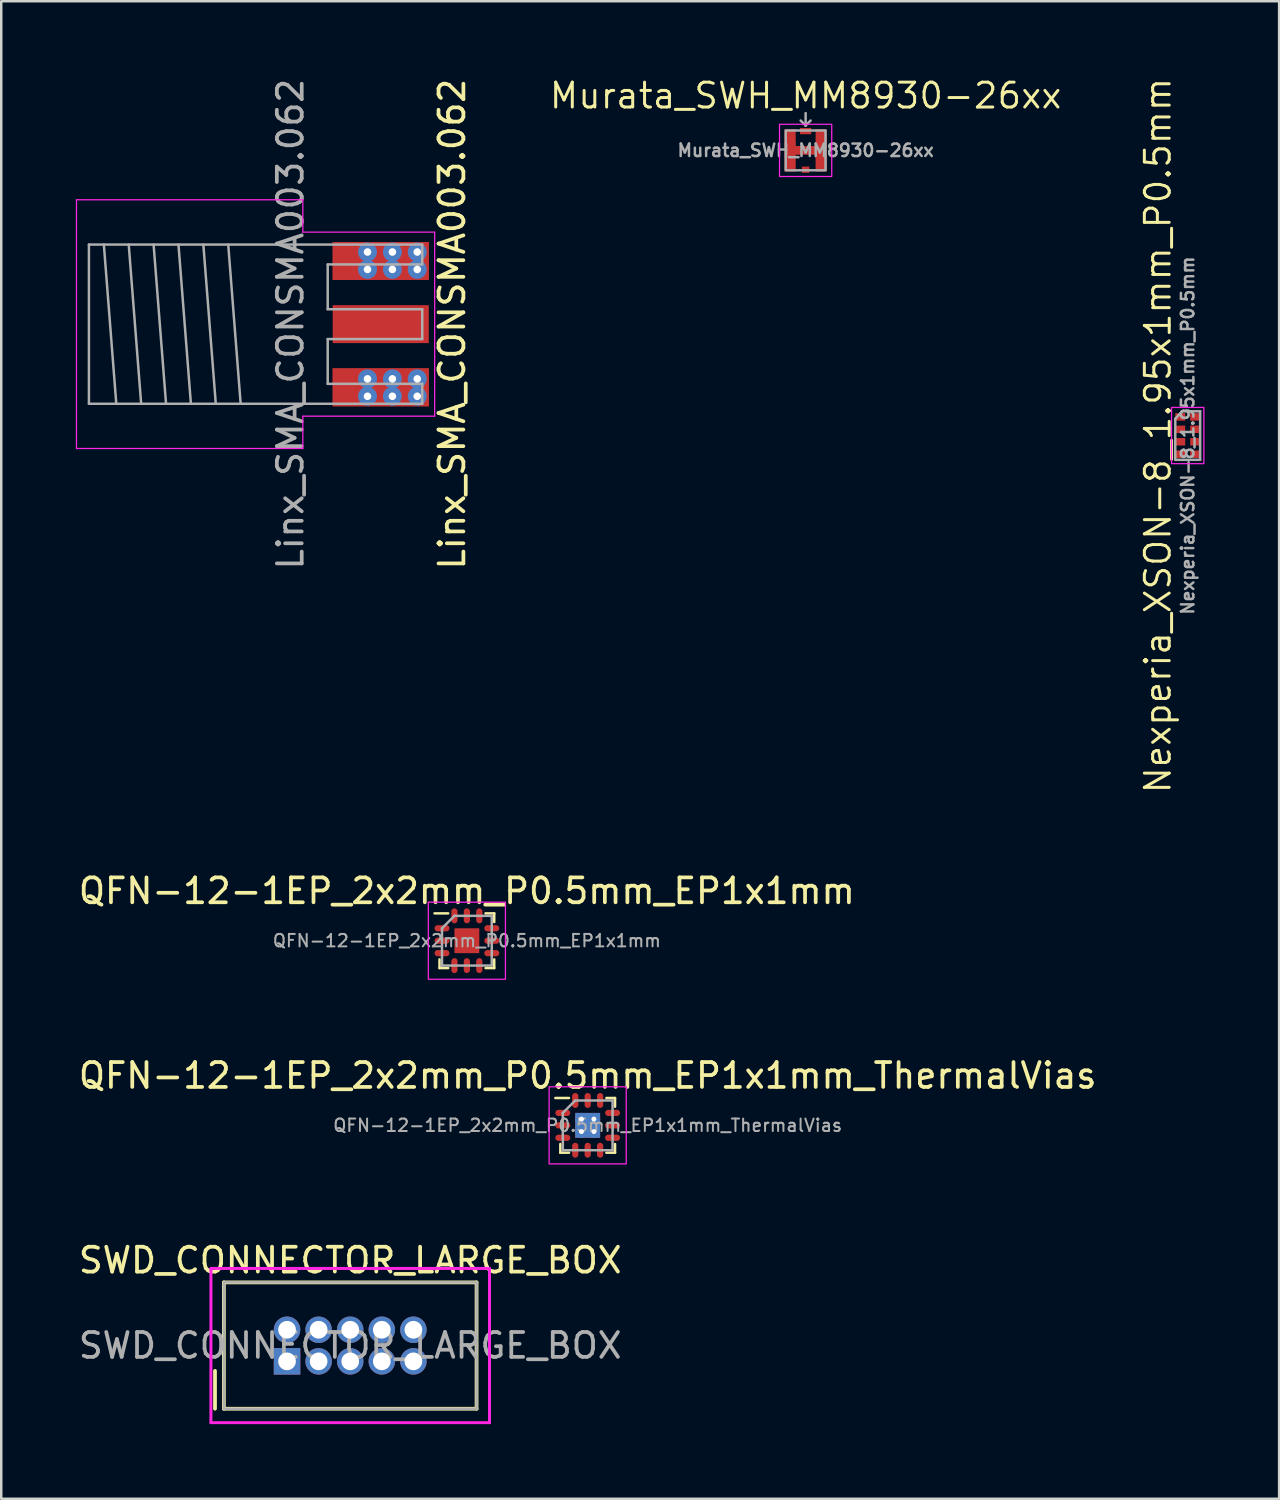
<source format=kicad_pcb>
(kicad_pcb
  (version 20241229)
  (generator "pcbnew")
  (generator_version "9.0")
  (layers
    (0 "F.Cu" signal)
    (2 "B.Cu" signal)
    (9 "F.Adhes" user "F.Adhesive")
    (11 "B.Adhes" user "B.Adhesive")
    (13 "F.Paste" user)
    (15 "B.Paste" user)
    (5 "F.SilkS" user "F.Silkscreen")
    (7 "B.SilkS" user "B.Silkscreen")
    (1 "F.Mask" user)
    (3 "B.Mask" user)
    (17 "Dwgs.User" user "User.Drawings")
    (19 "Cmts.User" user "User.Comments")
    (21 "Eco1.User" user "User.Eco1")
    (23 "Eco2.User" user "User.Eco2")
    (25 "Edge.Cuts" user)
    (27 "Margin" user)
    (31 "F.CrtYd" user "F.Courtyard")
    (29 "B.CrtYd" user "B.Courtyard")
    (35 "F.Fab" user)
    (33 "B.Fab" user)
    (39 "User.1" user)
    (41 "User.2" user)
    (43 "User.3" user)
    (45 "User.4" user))
  (footprint "Murata_SWH_MM8930-26xx"
    (layer "F.Cu")
    (at 29.339 2.996)
    (property "Reference" "Murata_SWH_MM8930-26xx" (at 0 -2.2 0) (unlocked yes) (layer "F.SilkS") (effects (font (size 1 1) (thickness 0.12))))
    (attr smd)
    (fp_rect (start -0.4 -0.85) (end 0.4 -0.225) (stroke (width 0) (type solid)) (fill yes) (layer "F.Mask"))
    (fp_rect (start -0.4 0.225) (end 0.4 0.85) (stroke (width 0) (type solid)) (fill yes) (layer "F.Mask"))
    (fp_rect (start -1.05 -1.05) (end 1.05 1.05) (stroke (width 0.05) (type default)) (fill no) (layer "F.CrtYd"))
    (fp_line (start 0 -1) (end -0.2 -1.2) (stroke (width 0.1) (type default)) (layer "F.Fab"))
    (fp_line (start 0 -1) (end 0 -1.5) (stroke (width 0.1) (type default)) (layer "F.Fab"))
    (fp_line (start 0 -1) (end 0.2 -1.2) (stroke (width 0.1) (type default)) (layer "F.Fab"))
    (fp_rect (start -0.8 -0.8) (end 0.8 0.8) (stroke (width 0.1) (type default)) (fill no) (layer "F.Fab"))
    (fp_text user "${REFERENCE}" (at 0 0 0) (unlocked yes) (layer "F.Fab") (effects (font (size 0.5 0.5) (thickness 0.1) (bold yes))))
    (pad "1" smd rect (at 0 -0.775) (size 0.45 0.25) (layers "F.Cu" "F.Mask" "F.Paste"))
    (pad "2" smd rect (at 0 0.775) (size 0.3 0.25) (layers "F.Cu" "F.Mask" "F.Paste"))
    (pad "3" smd rect (at -0.625 -0.537) (size 0.45 0.625) (layers "F.Cu" "F.Mask" "F.Paste"))
    (pad "3" smd rect (at -0.625 0) (size 0.45 0.625) (layers "F.Cu"))
    (pad "3" smd rect (at -0.625 0.537) (size 0.45 0.625) (layers "F.Cu" "F.Mask" "F.Paste"))
    (pad "3" smd rect (at 0 0) (size 1 0.35) (layers "F.Cu"))
    (pad "3" smd rect (at 0.625 -0.537) (size 0.45 0.625) (layers "F.Cu" "F.Mask" "F.Paste"))
    (pad "3" smd rect (at 0.625 0) (size 0.45 0.625) (layers "F.Cu"))
    (pad "3" smd rect (at 0.625 0.537) (size 0.45 0.625) (layers "F.Cu" "F.Mask" "F.Paste")))
  (footprint "Nexperia_XSON-8_1.95x1mm_P0.5mm"
    (layer "F.Cu")
    (at 44.7 14.461)
    (property "Reference" "Nexperia_XSON-8_1.95x1mm_P0.5mm" (at -1.2 0 90) (unlocked yes) (layer "F.SilkS") (effects (font (size 1 1) (thickness 0.12))))
    (attr smd)
    (fp_rect (start -0.65 -1.13) (end 0.65 1.13) (stroke (width 0.05) (type default)) (fill no) (layer "F.CrtYd"))
    (fp_line (start -0.5 -0.675) (end -0.5 0.975) (stroke (width 0.1) (type default)) (layer "F.Fab"))
    (fp_line (start -0.5 0.975) (end 0.5 0.975) (stroke (width 0.1) (type default)) (layer "F.Fab"))
    (fp_line (start -0.225 -0.975) (end -0.5 -0.675) (stroke (width 0.1) (type default)) (layer "F.Fab"))
    (fp_line (start 0.5 -0.975) (end -0.225 -0.975) (stroke (width 0.1) (type default)) (layer "F.Fab"))
    (fp_line (start 0.5 0.975) (end 0.5 -0.975) (stroke (width 0.1) (type default)) (layer "F.Fab"))
    (fp_text user "${REFERENCE}" (at 0 0 90) (unlocked yes) (layer "F.Fab") (effects (font (size 0.5 0.5) (thickness 0.1) (bold yes))))
    (pad "1" smd rect (at -0.3 -0.75) (size 0.4 0.3) (layers "F.Cu"))
    (pad "2" smd rect (at -0.3 -0.25) (size 0.4 0.3) (layers "F.Cu"))
    (pad "3" smd rect (at -0.3 0.25) (size 0.4 0.3) (layers "F.Cu"))
    (pad "4" smd rect (at -0.3 0.75) (size 0.4 0.3) (layers "F.Cu"))
    (pad "5" smd rect (at 0.3 0.75) (size 0.4 0.3) (layers "F.Cu"))
    (pad "6" smd rect (at 0.3 0.25) (size 0.4 0.3) (layers "F.Cu"))
    (pad "7" smd rect (at 0.3 -0.25) (size 0.4 0.3) (layers "F.Cu"))
    (pad "8" smd rect (at 0.3 -0.75) (size 0.4 0.3) (layers "F.Cu")))
  (footprint "QFN-12-1EP_2x2mm_P0.5mm_EP1x1mm_ThermalVias"
    (layer "F.Cu")
    (at 20.577 42.193)
    (property "Reference" "QFN-12-1EP_2x2mm_P0.5mm_EP1x1mm_ThermalVias" (at 0 -2 0) (layer "F.SilkS") (effects (font (size 1 1) (thickness 0.15))))
    (attr smd)
    (fp_line (start -1.1 1.1) (end -1.1 0.75) (stroke (width 0.1) (type default)) (layer "F.SilkS"))
    (fp_line (start -0.75 -1.1) (end -1.3 -1.1) (stroke (width 0.1) (type default)) (layer "F.SilkS"))
    (fp_line (start -0.75 1.1) (end -1.1 1.1) (stroke (width 0.1) (type default)) (layer "F.SilkS"))
    (fp_line (start 1.1 -1.1) (end 0.75 -1.1) (stroke (width 0.1) (type default)) (layer "F.SilkS"))
    (fp_line (start 1.1 -1.1) (end 1.1 -0.75) (stroke (width 0.1) (type default)) (layer "F.SilkS"))
    (fp_line (start 1.1 0.75) (end 1.1 1.1) (stroke (width 0.1) (type default)) (layer "F.SilkS"))
    (fp_line (start 1.1 1.1) (end 0.75 1.1) (stroke (width 0.1) (type default)) (layer "F.SilkS"))
    (fp_rect (start -1.55 -1.55) (end 1.55 1.55) (stroke (width 0.05) (type default)) (fill no) (layer "F.CrtYd"))
    (fp_line (start -1 -0.5) (end -0.5 -1) (stroke (width 0.1) (type solid)) (layer "F.Fab"))
    (fp_line (start -1 1) (end -1 -0.5) (stroke (width 0.1) (type solid)) (layer "F.Fab"))
    (fp_line (start -0.5 -1) (end 1 -1) (stroke (width 0.1) (type solid)) (layer "F.Fab"))
    (fp_line (start 1 -1) (end 1 1) (stroke (width 0.1) (type solid)) (layer "F.Fab"))
    (fp_line (start 1 1) (end -1 1) (stroke (width 0.1) (type solid)) (layer "F.Fab"))
    (fp_text user "${REFERENCE}" (at 0 0 0) (layer "F.Fab") (effects (font (size 0.5 0.5) (thickness 0.08))))
    (pad "1" smd oval (at -1 -0.5) (size 0.6 0.25) (layers "F.Cu" "F.Mask" "F.Paste"))
    (pad "2" smd oval (at -1 0) (size 0.6 0.25) (layers "F.Cu" "F.Mask" "F.Paste"))
    (pad "3" smd oval (at -1 0.5) (size 0.6 0.25) (layers "F.Cu" "F.Mask" "F.Paste"))
    (pad "4" smd oval (at -0.5 1 90) (size 0.6 0.25) (layers "F.Cu" "F.Mask" "F.Paste"))
    (pad "5" smd oval (at 0 1 90) (size 0.6 0.25) (layers "F.Cu" "F.Mask" "F.Paste"))
    (pad "6" smd oval (at 0.5 1 90) (size 0.6 0.25) (layers "F.Cu" "F.Mask" "F.Paste"))
    (pad "7" smd oval (at 1 0.5) (size 0.6 0.25) (layers "F.Cu" "F.Mask" "F.Paste"))
    (pad "8" smd oval (at 1 0) (size 0.6 0.25) (layers "F.Cu" "F.Mask" "F.Paste"))
    (pad "9" smd oval (at 1 -0.5) (size 0.6 0.25) (layers "F.Cu" "F.Mask" "F.Paste"))
    (pad "10" smd oval (at 0.5 -1 90) (size 0.6 0.25) (layers "F.Cu" "F.Mask" "F.Paste"))
    (pad "11" smd oval (at 0 -1 90) (size 0.6 0.25) (layers "F.Cu" "F.Mask" "F.Paste"))
    (pad "12" smd oval (at -0.5 -1) (size 0.25 0.6) (layers "F.Cu" "F.Mask" "F.Paste"))
    (pad "13" thru_hole circle (at -0.25 -0.25) (size 0.5 0.5) (drill 0.2) (layers "*.Cu"))
    (pad "13" thru_hole circle (at -0.25 0.25) (size 0.5 0.5) (drill 0.2) (layers "*.Cu"))
    (pad "13" smd rect (at 0 0) (size 1 1) (layers "F.Cu" "F.Mask" "F.Paste"))
    (pad "13" smd rect (at 0 0) (size 1 1) (layers "B.Cu"))
    (pad "13" thru_hole circle (at 0.25 -0.25) (size 0.5 0.5) (drill 0.2) (layers "*.Cu"))
    (pad "13" thru_hole circle (at 0.25 0.25) (size 0.5 0.5) (drill 0.2) (layers "*.Cu")))
  (footprint "Linx_SMA_CONSMA003.062"
    (layer "F.Cu")
    (at 10.125 9.982)
    (property "Reference" "Linx_SMA_CONSMA003.062" (at 5 0 90) (layer "F.SilkS") (effects (font (size 1 1) (thickness 0.15))))
    (attr through_hole)
    (fp_line (start -10.1 -5) (end -10.1 5) (stroke (width 0.05) (type solid)) (layer "F.CrtYd"))
    (fp_line (start -10.1 -5) (end -1 -5) (stroke (width 0.05) (type solid)) (layer "F.CrtYd"))
    (fp_line (start -10.1 5) (end -1 5) (stroke (width 0.05) (type solid)) (layer "F.CrtYd"))
    (fp_line (start -1 -5) (end -1 -3.7) (stroke (width 0.05) (type solid)) (layer "F.CrtYd"))
    (fp_line (start -1 3.7) (end 4.3 3.7) (stroke (width 0.05) (type solid)) (layer "F.CrtYd"))
    (fp_line (start -1 5) (end -1 3.7) (stroke (width 0.05) (type solid)) (layer "F.CrtYd"))
    (fp_line (start 4.3 -3.7) (end -1 -3.7) (stroke (width 0.05) (type solid)) (layer "F.CrtYd"))
    (fp_line (start 4.3 3.7) (end 4.3 -3.7) (stroke (width 0.05) (type solid)) (layer "F.CrtYd"))
    (fp_line (start -9.6 -3.2) (end 3.8 -3.2) (stroke (width 0.1) (type solid)) (layer "F.Fab"))
    (fp_line (start -9.6 3.2) (end -9.6 -3.2) (stroke (width 0.1) (type solid)) (layer "F.Fab"))
    (fp_line (start -9.6 3.2) (end 3.8 3.2) (stroke (width 0.1) (type solid)) (layer "F.Fab"))
    (fp_line (start -9 -3.2) (end -8.5 3.2) (stroke (width 0.1) (type solid)) (layer "F.Fab"))
    (fp_line (start -8 -3.2) (end -7.5 3.2) (stroke (width 0.1) (type solid)) (layer "F.Fab"))
    (fp_line (start -7 -3.2) (end -6.5 3.2) (stroke (width 0.1) (type solid)) (layer "F.Fab"))
    (fp_line (start -6 -3.2) (end -5.5 3.2) (stroke (width 0.1) (type solid)) (layer "F.Fab"))
    (fp_line (start -5 -3.2) (end -4.5 3.2) (stroke (width 0.1) (type solid)) (layer "F.Fab"))
    (fp_line (start -4 -3.2) (end -3.5 3.2) (stroke (width 0.1) (type solid)) (layer "F.Fab"))
    (fp_line (start 0 -2.4) (end 3.8 -2.4) (stroke (width 0.1) (type solid)) (layer "F.Fab"))
    (fp_line (start 0 -0.6) (end 0 -2.4) (stroke (width 0.1) (type solid)) (layer "F.Fab"))
    (fp_line (start 0 0.6) (end 3.8 0.6) (stroke (width 0.1) (type solid)) (layer "F.Fab"))
    (fp_line (start 0 2.4) (end 0 0.6) (stroke (width 0.1) (type solid)) (layer "F.Fab"))
    (fp_line (start 3.8 -2.4) (end 3.8 -3.2) (stroke (width 0.1) (type solid)) (layer "F.Fab"))
    (fp_line (start 3.8 -0.6) (end 0 -0.6) (stroke (width 0.1) (type solid)) (layer "F.Fab"))
    (fp_line (start 3.8 0.6) (end 3.8 -0.6) (stroke (width 0.1) (type solid)) (layer "F.Fab"))
    (fp_line (start 3.8 2.4) (end 0 2.4) (stroke (width 0.1) (type solid)) (layer "F.Fab"))
    (fp_line (start 3.8 3.2) (end 3.8 2.4) (stroke (width 0.1) (type solid)) (layer "F.Fab"))
    (fp_text user "${REFERENCE}" (at -1.5 0 90) (layer "F.Fab") (effects (font (size 1 1) (thickness 0.15))))
    (pad "1" connect rect (at 2.132 0) (size 3.864 1.524) (layers "F.Cu" "F.Mask"))
    (pad "2" thru_hole circle (at 1.6 -2.9) (size 0.762 0.762) (drill 0.305) (layers "*.Cu" "*.Mask"))
    (pad "2" thru_hole circle (at 1.6 -2.2) (size 0.762 0.762) (drill 0.305) (layers "*.Cu" "*.Mask"))
    (pad "2" thru_hole circle (at 1.6 2.2) (size 0.762 0.762) (drill 0.305) (layers "*.Cu" "*.Mask"))
    (pad "2" thru_hole circle (at 1.6 2.9) (size 0.762 0.762) (drill 0.305) (layers "*.Cu" "*.Mask"))
    (pad "2" connect rect (at 2.132 -2.54) (size 3.864 1.524) (layers "F.Cu" "F.Mask"))
    (pad "2" connect rect (at 2.132 -2.54) (size 3.864 1.524) (layers "F.Cu" "F.Mask"))
    (pad "2" connect rect (at 2.132 2.54) (size 3.864 1.524) (layers "F.Cu" "F.Mask"))
    (pad "2" connect rect (at 2.132 2.54) (size 3.864 1.524) (layers "F.Cu" "F.Mask"))
    (pad "2" thru_hole circle (at 2.6 -2.9) (size 0.762 0.762) (drill 0.305) (layers "*.Cu" "*.Mask"))
    (pad "2" thru_hole circle (at 2.6 -2.2) (size 0.762 0.762) (drill 0.305) (layers "*.Cu" "*.Mask"))
    (pad "2" thru_hole circle (at 2.6 2.2) (size 0.762 0.762) (drill 0.305) (layers "*.Cu" "*.Mask"))
    (pad "2" thru_hole circle (at 2.6 2.9) (size 0.762 0.762) (drill 0.305) (layers "*.Cu" "*.Mask"))
    (pad "2" thru_hole circle (at 3.6 -2.9) (size 0.762 0.762) (drill 0.305) (layers "*.Cu" "*.Mask"))
    (pad "2" thru_hole circle (at 3.6 -2.2) (size 0.762 0.762) (drill 0.305) (layers "*.Cu" "*.Mask"))
    (pad "2" thru_hole circle (at 3.6 2.2) (size 0.762 0.762) (drill 0.305) (layers "*.Cu" "*.Mask"))
    (pad "2" thru_hole circle (at 3.6 2.9) (size 0.762 0.762) (drill 0.305) (layers "*.Cu" "*.Mask"))
    (zone (net_name "") (layer "F.Cu") (name "SMA keepout") (hatch edge 0.508) (connect_pads) (min_thickness 0.254) (filled_areas_thickness no) (keepout (tracks allowed) (vias not_allowed) (pads allowed) (copperpour not_allowed) (footprints not_allowed)) (placement (enabled no)) (fill) (polygon (pts (xy 14.185 11.752) (xy 10.125 11.752) (xy 10.125 8.212) (xy 14.185 8.212))))
    (zone (net_name "") (layer "In1.Cu") (name "SMA keepout") (hatch edge 0.508) (connect_pads) (min_thickness 0.254) (filled_areas_thickness no) (keepout (tracks not_allowed) (vias not_allowed) (pads not_allowed) (copperpour not_allowed) (footprints not_allowed)) (placement (enabled no)) (fill) (polygon (pts (xy 14.185 11.752) (xy 10.125 11.752) (xy 10.125 8.212) (xy 14.185 8.212)))))
  (footprint "QFN-12-1EP_2x2mm_P0.5mm_EP1x1mm"
    (layer "F.Cu")
    (at 15.72 34.77)
    (property "Reference" "QFN-12-1EP_2x2mm_P0.5mm_EP1x1mm" (at 0 -2 0) (layer "F.SilkS") (effects (font (size 1 1) (thickness 0.15))))
    (attr smd)
    (fp_line (start -1.1 1.1) (end -1.1 0.75) (stroke (width 0.1) (type default)) (layer "F.SilkS"))
    (fp_line (start -0.75 -1.1) (end -1.3 -1.1) (stroke (width 0.1) (type default)) (layer "F.SilkS"))
    (fp_line (start -0.75 1.1) (end -1.1 1.1) (stroke (width 0.1) (type default)) (layer "F.SilkS"))
    (fp_line (start 1.1 -1.1) (end 0.75 -1.1) (stroke (width 0.1) (type default)) (layer "F.SilkS"))
    (fp_line (start 1.1 -1.1) (end 1.1 -0.75) (stroke (width 0.1) (type default)) (layer "F.SilkS"))
    (fp_line (start 1.1 0.75) (end 1.1 1.1) (stroke (width 0.1) (type default)) (layer "F.SilkS"))
    (fp_line (start 1.1 1.1) (end 0.75 1.1) (stroke (width 0.1) (type default)) (layer "F.SilkS"))
    (fp_rect (start -1.55 -1.55) (end 1.55 1.55) (stroke (width 0.05) (type default)) (fill no) (layer "F.CrtYd"))
    (fp_line (start -1 -0.5) (end -0.5 -1) (stroke (width 0.1) (type solid)) (layer "F.Fab"))
    (fp_line (start -1 1) (end -1 -0.5) (stroke (width 0.1) (type solid)) (layer "F.Fab"))
    (fp_line (start -0.5 -1) (end 1 -1) (stroke (width 0.1) (type solid)) (layer "F.Fab"))
    (fp_line (start 1 -1) (end 1 1) (stroke (width 0.1) (type solid)) (layer "F.Fab"))
    (fp_line (start 1 1) (end -1 1) (stroke (width 0.1) (type solid)) (layer "F.Fab"))
    (fp_text user "${REFERENCE}" (at 0 0 0) (layer "F.Fab") (effects (font (size 0.5 0.5) (thickness 0.08))))
    (pad "1" smd oval (at -1 -0.5) (size 0.6 0.25) (layers "F.Cu" "F.Mask" "F.Paste"))
    (pad "2" smd oval (at -1 0) (size 0.6 0.25) (layers "F.Cu" "F.Mask" "F.Paste"))
    (pad "3" smd oval (at -1 0.5) (size 0.6 0.25) (layers "F.Cu" "F.Mask" "F.Paste"))
    (pad "4" smd oval (at -0.5 1 90) (size 0.6 0.25) (layers "F.Cu" "F.Mask" "F.Paste"))
    (pad "5" smd oval (at 0 1 90) (size 0.6 0.25) (layers "F.Cu" "F.Mask" "F.Paste"))
    (pad "6" smd oval (at 0.5 1 90) (size 0.6 0.25) (layers "F.Cu" "F.Mask" "F.Paste"))
    (pad "7" smd oval (at 1 0.5) (size 0.6 0.25) (layers "F.Cu" "F.Mask" "F.Paste"))
    (pad "8" smd oval (at 1 0) (size 0.6 0.25) (layers "F.Cu" "F.Mask" "F.Paste"))
    (pad "9" smd oval (at 1 -0.5) (size 0.6 0.25) (layers "F.Cu" "F.Mask" "F.Paste"))
    (pad "10" smd oval (at 0.5 -1 90) (size 0.6 0.25) (layers "F.Cu" "F.Mask" "F.Paste"))
    (pad "11" smd oval (at 0 -1 90) (size 0.6 0.25) (layers "F.Cu" "F.Mask" "F.Paste"))
    (pad "12" smd oval (at -0.5 -1) (size 0.25 0.6) (layers "F.Cu" "F.Mask" "F.Paste"))
    (pad "13" smd rect (at 0 0) (size 1 1) (layers "F.Cu" "F.Mask" "F.Paste")))
  (footprint "SWD_CONNECTOR_LARGE_BOX"
    (layer "F.Cu")
    (at 11.03 51.046)
    (property "Reference" "SWD_CONNECTOR_LARGE_BOX" (at 0 -3.429 0) (layer "F.SilkS") (effects (font (size 1 1) (thickness 0.15))))
    (attr through_hole)
    (fp_line (start -5.436 2.54) (end -5.436 1.016) (stroke (width 0.15) (type solid)) (layer "F.SilkS"))
    (fp_line (start -5.08 -2.54) (end -5.08 2.54) (stroke (width 0.15) (type solid)) (layer "F.SilkS"))
    (fp_line (start -5.08 2.54) (end 5.08 2.54) (stroke (width 0.15) (type solid)) (layer "F.SilkS"))
    (fp_line (start 5.08 -2.54) (end -5.08 -2.54) (stroke (width 0.15) (type solid)) (layer "F.SilkS"))
    (fp_line (start 5.08 -2.54) (end 5.08 2.54) (stroke (width 0.15) (type solid)) (layer "F.SilkS"))
    (fp_line (start -5.6 -3.1) (end 5.6 -3.1) (stroke (width 0.12) (type solid)) (layer "F.CrtYd"))
    (fp_line (start -5.6 3.1) (end -5.6 -3.1) (stroke (width 0.12) (type solid)) (layer "F.CrtYd"))
    (fp_line (start 5.6 -3.1) (end 5.6 3.1) (stroke (width 0.12) (type solid)) (layer "F.CrtYd"))
    (fp_line (start 5.6 3.1) (end -5.6 3.1) (stroke (width 0.12) (type solid)) (layer "F.CrtYd"))
    (fp_line (start -5.08 -2.54) (end 5.08 -2.54) (stroke (width 0.1) (type solid)) (layer "F.Fab"))
    (fp_line (start -5.08 2.54) (end -5.08 -2.54) (stroke (width 0.1) (type solid)) (layer "F.Fab"))
    (fp_line (start 5.08 -2.54) (end 5.08 2.54) (stroke (width 0.1) (type solid)) (layer "F.Fab"))
    (fp_line (start 5.08 2.54) (end -5.08 2.54) (stroke (width 0.1) (type solid)) (layer "F.Fab"))
    (fp_text user "${REFERENCE}" (at 0 0 0) (layer "F.Fab") (effects (font (size 1 1) (thickness 0.15))))
    (pad "1" thru_hole rect (at -2.54 0.635) (size 1.067 1.067) (drill 0.711) (layers "*.Cu" "*.Mask"))
    (pad "2" thru_hole circle (at -2.54 -0.635) (size 1.067 1.067) (drill 0.711) (layers "*.Cu" "*.Mask"))
    (pad "3" thru_hole circle (at -1.27 0.635) (size 1.067 1.067) (drill 0.711) (layers "*.Cu" "*.Mask"))
    (pad "4" thru_hole circle (at -1.27 -0.635) (size 1.067 1.067) (drill 0.711) (layers "*.Cu" "*.Mask"))
    (pad "5" thru_hole circle (at 0 0.635) (size 1.067 1.067) (drill 0.711) (layers "*.Cu" "*.Mask"))
    (pad "6" thru_hole circle (at 0 -0.635) (size 1.067 1.067) (drill 0.711) (layers "*.Cu" "*.Mask"))
    (pad "7" thru_hole circle (at 1.27 0.635) (size 1.067 1.067) (drill 0.711) (layers "*.Cu" "*.Mask"))
    (pad "8" thru_hole circle (at 1.27 -0.635) (size 1.067 1.067) (drill 0.711) (layers "*.Cu" "*.Mask"))
    (pad "9" thru_hole circle (at 2.54 0.635) (size 1.067 1.067) (drill 0.711) (layers "*.Cu" "*.Mask"))
    (pad "10" thru_hole circle (at 2.54 -0.635) (size 1.067 1.067) (drill 0.711) (layers "*.Cu" "*.Mask")))
  (gr_rect
    (start -3 -3)
    (end 48.375 57.206)
    (stroke (width 0.1) (type default))
    (fill no)
    (layer "Edge.Cuts")))
</source>
